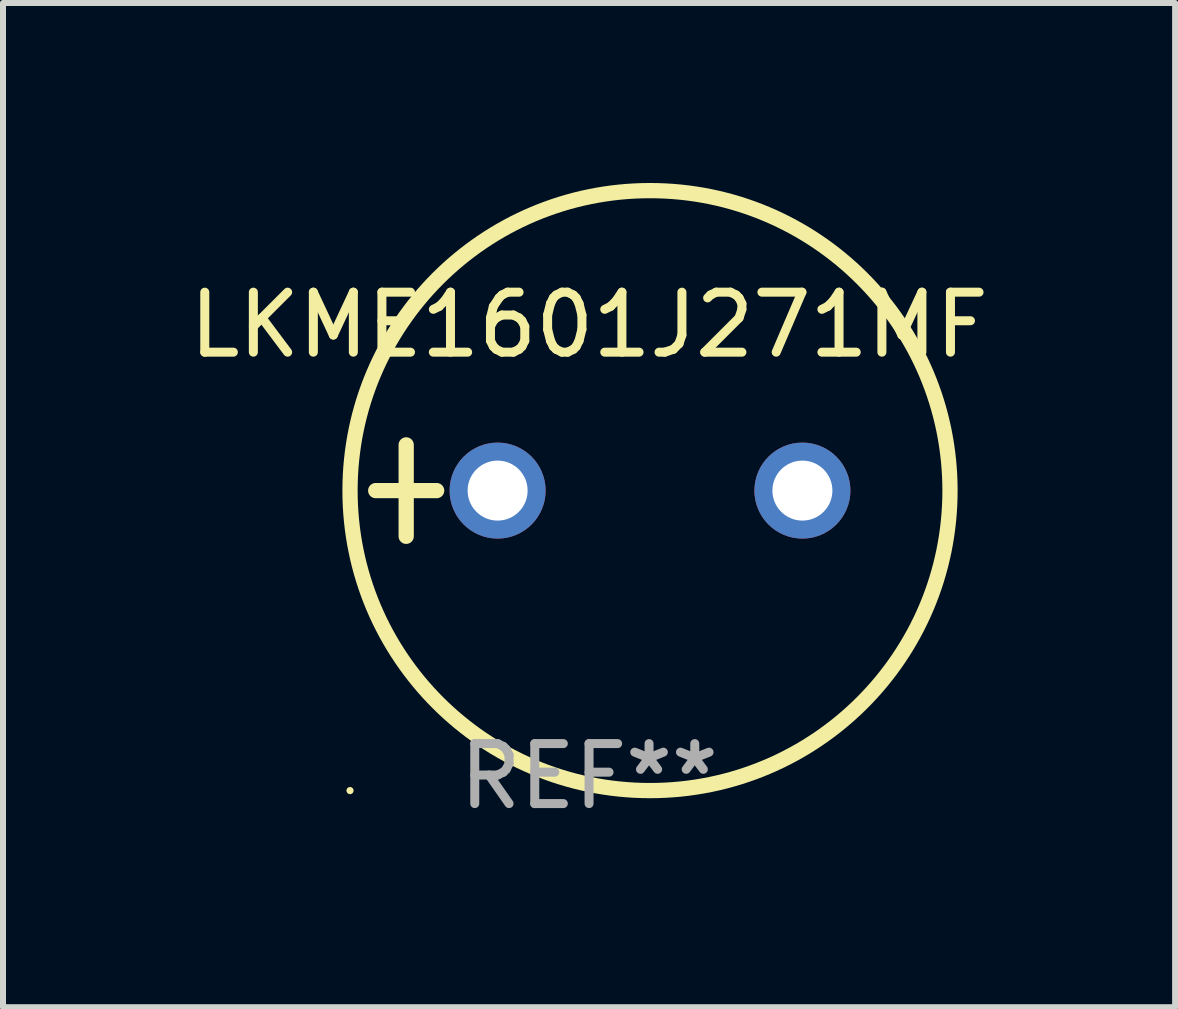
<source format=kicad_pcb>
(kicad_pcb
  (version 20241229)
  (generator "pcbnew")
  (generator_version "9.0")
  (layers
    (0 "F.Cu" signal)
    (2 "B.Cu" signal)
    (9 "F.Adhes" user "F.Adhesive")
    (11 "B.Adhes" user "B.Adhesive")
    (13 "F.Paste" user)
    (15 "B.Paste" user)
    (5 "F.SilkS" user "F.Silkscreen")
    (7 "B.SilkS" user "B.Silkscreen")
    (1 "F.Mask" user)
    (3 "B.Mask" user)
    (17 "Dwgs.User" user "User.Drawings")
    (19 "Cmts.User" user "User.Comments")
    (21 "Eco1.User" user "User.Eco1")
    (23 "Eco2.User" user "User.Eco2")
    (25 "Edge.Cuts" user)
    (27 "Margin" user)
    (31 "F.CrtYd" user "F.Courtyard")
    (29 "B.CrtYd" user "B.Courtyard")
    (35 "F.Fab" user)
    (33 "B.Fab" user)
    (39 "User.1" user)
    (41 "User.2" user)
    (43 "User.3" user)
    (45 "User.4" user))
  (footprint "LKME1601J271MF"
    (layer "F.Cu")
    (at 6.768 5.127)
    (property "Reference" "LKME1601J271MF" (at 0 -2.762 0) (layer "F.SilkS") (effects (font (size 1 1) (thickness 0.15))))
    (attr through_hole)
    (fp_line (start -3.556 0) (end -2.54 0) (stroke (width 0.254) (type solid)) (layer "F.SilkS"))
    (fp_line (start -3.048 -0.762) (end -3.048 0.762) (stroke (width 0.254) (type solid)) (layer "F.SilkS"))
    (fp_circle (center -3.984 5) (end -3.954 5) (stroke (width 0.06) (type solid)) (fill no) (layer "F.SilkS"))
    (fp_circle (center 1.016 0) (end 6.016 0) (stroke (width 0.254) (type solid)) (fill no) (layer "F.SilkS"))
    (fp_text user "REF**" (at 0 4.762 0) (layer "F.Fab") (effects (font (size 1 1) (thickness 0.15))))
    (pad "1" thru_hole circle (at -1.524 0) (size 1.6 1.6) (drill 1) (layers "*.Cu" "*.Mask"))
    (pad "2" thru_hole circle (at 3.556 0) (size 1.6 1.6) (drill 1) (layers "*.Cu" "*.Mask")))
  (gr_rect
    (start -3 -3)
    (end 16.536 13.737)
    (stroke (width 0.1) (type default))
    (fill no)
    (layer "Edge.Cuts")))
</source>
